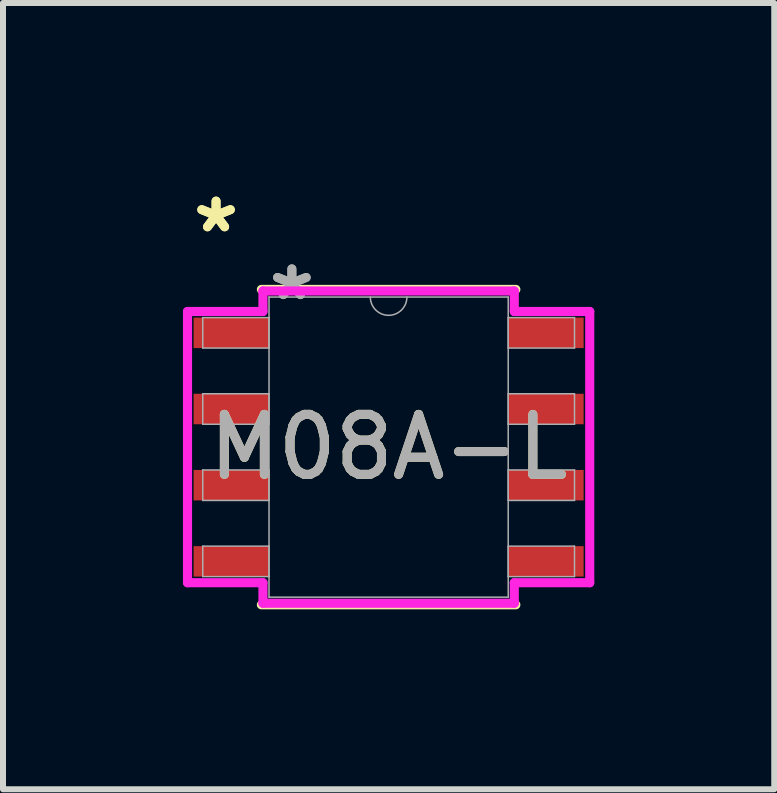
<source format=kicad_pcb>
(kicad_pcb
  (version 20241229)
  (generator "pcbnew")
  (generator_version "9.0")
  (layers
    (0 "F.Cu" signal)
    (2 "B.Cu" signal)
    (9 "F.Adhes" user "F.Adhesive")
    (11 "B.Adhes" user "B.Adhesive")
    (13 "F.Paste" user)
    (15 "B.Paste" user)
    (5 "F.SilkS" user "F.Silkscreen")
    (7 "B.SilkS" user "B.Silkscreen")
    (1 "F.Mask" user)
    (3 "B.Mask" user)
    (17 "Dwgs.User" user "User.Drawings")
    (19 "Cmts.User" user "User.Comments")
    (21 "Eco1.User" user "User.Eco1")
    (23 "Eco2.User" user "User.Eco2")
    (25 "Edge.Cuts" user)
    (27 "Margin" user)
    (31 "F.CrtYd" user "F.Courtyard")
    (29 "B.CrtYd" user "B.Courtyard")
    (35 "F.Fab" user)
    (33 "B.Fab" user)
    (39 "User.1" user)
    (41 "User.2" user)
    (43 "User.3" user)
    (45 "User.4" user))
  (footprint "M08A-L"
    (layer "F.Cu")
    (at 3.429 4.404)
    (property "Reference" "M08A-L" (at 0 0 0) (unlocked yes) (layer "F.SilkS") (effects (font (size 1 1) (thickness 0.15))))
    (attr smd)
    (fp_line (start -2.121 2.629) (end 2.121 2.629) (stroke (width 0.152) (type solid)) (layer "F.SilkS"))
    (fp_line (start 2.121 -2.629) (end -2.121 -2.629) (stroke (width 0.152) (type solid)) (layer "F.SilkS"))
    (fp_line (start -3.353 -2.261) (end -2.095 -2.261) (stroke (width 0.152) (type solid)) (layer "F.CrtYd"))
    (fp_line (start -3.353 2.261) (end -3.353 -2.261) (stroke (width 0.152) (type solid)) (layer "F.CrtYd"))
    (fp_line (start -3.353 2.261) (end -2.095 2.261) (stroke (width 0.152) (type solid)) (layer "F.CrtYd"))
    (fp_line (start -2.095 -2.603) (end 2.095 -2.603) (stroke (width 0.152) (type solid)) (layer "F.CrtYd"))
    (fp_line (start -2.095 -2.261) (end -2.095 -2.603) (stroke (width 0.152) (type solid)) (layer "F.CrtYd"))
    (fp_line (start -2.095 2.603) (end -2.095 2.261) (stroke (width 0.152) (type solid)) (layer "F.CrtYd"))
    (fp_line (start 2.095 -2.603) (end 2.095 -2.261) (stroke (width 0.152) (type solid)) (layer "F.CrtYd"))
    (fp_line (start 2.095 2.261) (end 2.095 2.603) (stroke (width 0.152) (type solid)) (layer "F.CrtYd"))
    (fp_line (start 2.095 2.603) (end -2.095 2.603) (stroke (width 0.152) (type solid)) (layer "F.CrtYd"))
    (fp_line (start 3.353 -2.261) (end 2.095 -2.261) (stroke (width 0.152) (type solid)) (layer "F.CrtYd"))
    (fp_line (start 3.353 -2.261) (end 3.353 2.261) (stroke (width 0.152) (type solid)) (layer "F.CrtYd"))
    (fp_line (start 3.353 2.261) (end 2.095 2.261) (stroke (width 0.152) (type solid)) (layer "F.CrtYd"))
    (fp_line (start -3.099 -2.159) (end -3.099 -1.651) (stroke (width 0.025) (type solid)) (layer "F.Fab"))
    (fp_line (start -3.099 -1.651) (end -1.994 -1.651) (stroke (width 0.025) (type solid)) (layer "F.Fab"))
    (fp_line (start -3.099 -0.889) (end -3.099 -0.381) (stroke (width 0.025) (type solid)) (layer "F.Fab"))
    (fp_line (start -3.099 -0.381) (end -1.994 -0.381) (stroke (width 0.025) (type solid)) (layer "F.Fab"))
    (fp_line (start -3.099 0.381) (end -3.099 0.889) (stroke (width 0.025) (type solid)) (layer "F.Fab"))
    (fp_line (start -3.099 0.889) (end -1.994 0.889) (stroke (width 0.025) (type solid)) (layer "F.Fab"))
    (fp_line (start -3.099 1.651) (end -3.099 2.159) (stroke (width 0.025) (type solid)) (layer "F.Fab"))
    (fp_line (start -3.099 2.159) (end -1.994 2.159) (stroke (width 0.025) (type solid)) (layer "F.Fab"))
    (fp_line (start -1.994 -2.502) (end -1.994 2.502) (stroke (width 0.025) (type solid)) (layer "F.Fab"))
    (fp_line (start -1.994 -2.159) (end -3.099 -2.159) (stroke (width 0.025) (type solid)) (layer "F.Fab"))
    (fp_line (start -1.994 -1.651) (end -1.994 -2.159) (stroke (width 0.025) (type solid)) (layer "F.Fab"))
    (fp_line (start -1.994 -0.889) (end -3.099 -0.889) (stroke (width 0.025) (type solid)) (layer "F.Fab"))
    (fp_line (start -1.994 -0.381) (end -1.994 -0.889) (stroke (width 0.025) (type solid)) (layer "F.Fab"))
    (fp_line (start -1.994 0.381) (end -3.099 0.381) (stroke (width 0.025) (type solid)) (layer "F.Fab"))
    (fp_line (start -1.994 0.889) (end -1.994 0.381) (stroke (width 0.025) (type solid)) (layer "F.Fab"))
    (fp_line (start -1.994 1.651) (end -3.099 1.651) (stroke (width 0.025) (type solid)) (layer "F.Fab"))
    (fp_line (start -1.994 2.159) (end -1.994 1.651) (stroke (width 0.025) (type solid)) (layer "F.Fab"))
    (fp_line (start -1.994 2.502) (end 1.994 2.502) (stroke (width 0.025) (type solid)) (layer "F.Fab"))
    (fp_line (start 1.994 -2.502) (end -1.994 -2.502) (stroke (width 0.025) (type solid)) (layer "F.Fab"))
    (fp_line (start 1.994 -2.159) (end 1.994 -1.651) (stroke (width 0.025) (type solid)) (layer "F.Fab"))
    (fp_line (start 1.994 -1.651) (end 3.099 -1.651) (stroke (width 0.025) (type solid)) (layer "F.Fab"))
    (fp_line (start 1.994 -0.889) (end 1.994 -0.381) (stroke (width 0.025) (type solid)) (layer "F.Fab"))
    (fp_line (start 1.994 -0.381) (end 3.099 -0.381) (stroke (width 0.025) (type solid)) (layer "F.Fab"))
    (fp_line (start 1.994 0.381) (end 1.994 0.889) (stroke (width 0.025) (type solid)) (layer "F.Fab"))
    (fp_line (start 1.994 0.889) (end 3.099 0.889) (stroke (width 0.025) (type solid)) (layer "F.Fab"))
    (fp_line (start 1.994 1.651) (end 1.994 2.159) (stroke (width 0.025) (type solid)) (layer "F.Fab"))
    (fp_line (start 1.994 2.159) (end 3.099 2.159) (stroke (width 0.025) (type solid)) (layer "F.Fab"))
    (fp_line (start 1.994 2.502) (end 1.994 -2.502) (stroke (width 0.025) (type solid)) (layer "F.Fab"))
    (fp_line (start 3.099 -2.159) (end 1.994 -2.159) (stroke (width 0.025) (type solid)) (layer "F.Fab"))
    (fp_line (start 3.099 -1.651) (end 3.099 -2.159) (stroke (width 0.025) (type solid)) (layer "F.Fab"))
    (fp_line (start 3.099 -0.889) (end 1.994 -0.889) (stroke (width 0.025) (type solid)) (layer "F.Fab"))
    (fp_line (start 3.099 -0.381) (end 3.099 -0.889) (stroke (width 0.025) (type solid)) (layer "F.Fab"))
    (fp_line (start 3.099 0.381) (end 1.994 0.381) (stroke (width 0.025) (type solid)) (layer "F.Fab"))
    (fp_line (start 3.099 0.889) (end 3.099 0.381) (stroke (width 0.025) (type solid)) (layer "F.Fab"))
    (fp_line (start 3.099 1.651) (end 1.994 1.651) (stroke (width 0.025) (type solid)) (layer "F.Fab"))
    (fp_line (start 3.099 2.159) (end 3.099 1.651) (stroke (width 0.025) (type solid)) (layer "F.Fab"))
    (fp_arc (start 0.3048 -2.5019) (mid 0 -2.1971) (end -0.3048 -2.5019) (stroke (width 0.0254) (type solid)) (layer "F.Fab"))
    (fp_text user "*" (at -2.877 -3.556 0) (unlocked yes) (layer "F.SilkS") (effects (font (size 1 1) (thickness 0.15))))
    (fp_text user "*" (at -2.877 -3.556 0) (layer "F.SilkS") (effects (font (size 1 1) (thickness 0.15))))
    (fp_text user "*" (at -1.613 -2.426 0) (layer "F.Fab") (effects (font (size 1 1) (thickness 0.15))))
    (fp_text user "${REFERENCE}" (at 0 0 0) (unlocked yes) (layer "F.Fab") (effects (font (size 1 1) (thickness 0.15))))
    (fp_text user "*" (at -1.613 -2.426 0) (unlocked yes) (layer "F.Fab") (effects (font (size 1 1) (thickness 0.15))))
    (pad "1" smd rect (at -2.623 -1.905) (size 1.257 0.508) (layers "F.Cu" "F.Mask" "F.Paste"))
    (pad "2" smd rect (at -2.623 -0.635) (size 1.257 0.508) (layers "F.Cu" "F.Mask" "F.Paste"))
    (pad "3" smd rect (at -2.623 0.635) (size 1.257 0.508) (layers "F.Cu" "F.Mask" "F.Paste"))
    (pad "4" smd rect (at -2.623 1.905) (size 1.257 0.508) (layers "F.Cu" "F.Mask" "F.Paste"))
    (pad "5" smd rect (at 2.623 1.905) (size 1.257 0.508) (layers "F.Cu" "F.Mask" "F.Paste"))
    (pad "6" smd rect (at 2.623 0.635) (size 1.257 0.508) (layers "F.Cu" "F.Mask" "F.Paste"))
    (pad "7" smd rect (at 2.623 -0.635) (size 1.257 0.508) (layers "F.Cu" "F.Mask" "F.Paste"))
    (pad "8" smd rect (at 2.623 -1.905) (size 1.257 0.508) (layers "F.Cu" "F.Mask" "F.Paste")))
  (gr_rect
    (start -3 -3)
    (end 9.858 10.109)
    (stroke (width 0.1) (type default))
    (fill no)
    (layer "Edge.Cuts")))
</source>
